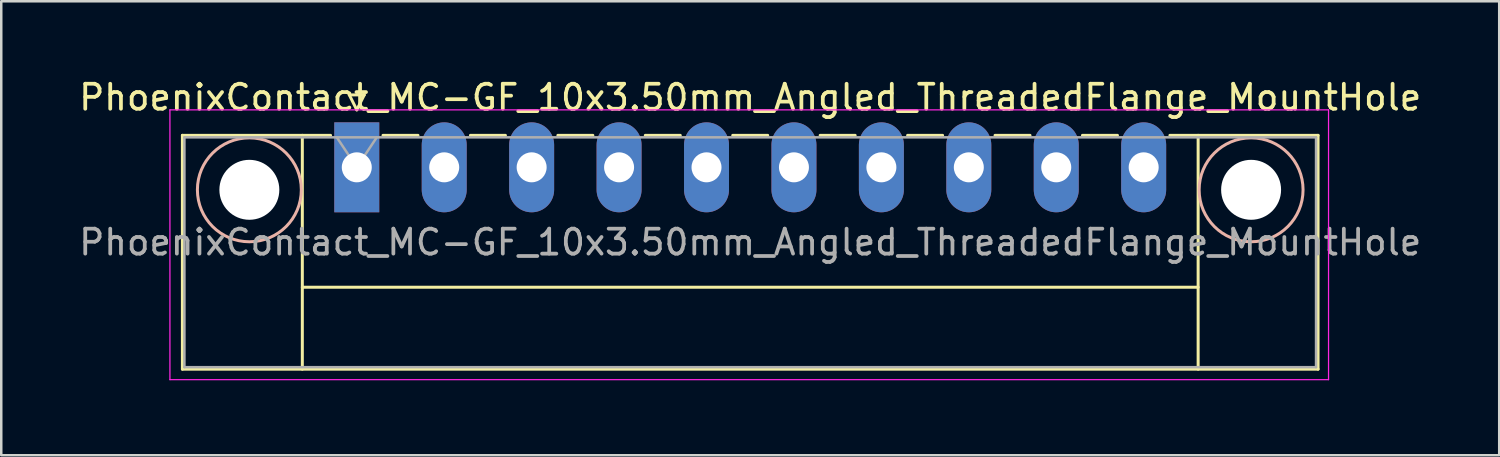
<source format=kicad_pcb>
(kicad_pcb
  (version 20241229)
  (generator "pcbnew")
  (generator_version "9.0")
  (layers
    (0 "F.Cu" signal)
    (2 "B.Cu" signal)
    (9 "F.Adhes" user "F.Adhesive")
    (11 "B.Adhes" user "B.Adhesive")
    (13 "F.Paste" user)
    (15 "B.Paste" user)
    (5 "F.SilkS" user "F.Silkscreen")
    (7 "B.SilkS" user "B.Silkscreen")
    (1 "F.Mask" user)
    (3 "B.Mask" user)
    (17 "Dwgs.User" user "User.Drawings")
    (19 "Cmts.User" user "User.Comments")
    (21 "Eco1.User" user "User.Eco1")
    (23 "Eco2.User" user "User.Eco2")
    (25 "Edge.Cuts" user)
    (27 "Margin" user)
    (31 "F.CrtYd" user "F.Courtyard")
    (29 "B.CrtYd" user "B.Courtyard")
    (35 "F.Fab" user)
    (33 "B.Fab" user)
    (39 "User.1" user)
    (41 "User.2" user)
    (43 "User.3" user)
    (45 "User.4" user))
  (footprint "PhoenixContact_MC-GF_10x3.50mm_Angled_ThreadedFlange_MountHole"
    (layer "F.Cu")
    (at 11.232 3.648)
    (property "Reference" "PhoenixContact_MC-GF_10x3.50mm_Angled_ThreadedFlange_MountHole" (at 15.75 -2.8 0) (layer "F.SilkS") (effects (font (size 1 1) (thickness 0.15))))
    (attr through_hole)
    (fp_line (start -6.98 -1.28) (end -6.98 8.08) (stroke (width 0.12) (type solid)) (layer "F.SilkS"))
    (fp_line (start -6.98 -1.28) (end -1.05 -1.28) (stroke (width 0.12) (type solid)) (layer "F.SilkS"))
    (fp_line (start -6.98 8.08) (end 38.48 8.08) (stroke (width 0.12) (type solid)) (layer "F.SilkS"))
    (fp_line (start -2.18 -1.28) (end -2.18 8.08) (stroke (width 0.12) (type solid)) (layer "F.SilkS"))
    (fp_line (start -2.18 4.8) (end 33.68 4.8) (stroke (width 0.12) (type solid)) (layer "F.SilkS"))
    (fp_line (start -0.3 -2.9) (end 0.3 -2.9) (stroke (width 0.12) (type solid)) (layer "F.SilkS"))
    (fp_line (start 0 -2.3) (end -0.3 -2.9) (stroke (width 0.12) (type solid)) (layer "F.SilkS"))
    (fp_line (start 0.3 -2.9) (end 0 -2.3) (stroke (width 0.12) (type solid)) (layer "F.SilkS"))
    (fp_line (start 1.05 -1.28) (end 2.45 -1.28) (stroke (width 0.12) (type solid)) (layer "F.SilkS"))
    (fp_line (start 4.55 -1.28) (end 5.95 -1.28) (stroke (width 0.12) (type solid)) (layer "F.SilkS"))
    (fp_line (start 8.05 -1.28) (end 9.45 -1.28) (stroke (width 0.12) (type solid)) (layer "F.SilkS"))
    (fp_line (start 11.55 -1.28) (end 12.95 -1.28) (stroke (width 0.12) (type solid)) (layer "F.SilkS"))
    (fp_line (start 15.05 -1.28) (end 16.45 -1.28) (stroke (width 0.12) (type solid)) (layer "F.SilkS"))
    (fp_line (start 18.55 -1.28) (end 19.95 -1.28) (stroke (width 0.12) (type solid)) (layer "F.SilkS"))
    (fp_line (start 22.05 -1.28) (end 23.45 -1.28) (stroke (width 0.12) (type solid)) (layer "F.SilkS"))
    (fp_line (start 25.55 -1.28) (end 26.95 -1.28) (stroke (width 0.12) (type solid)) (layer "F.SilkS"))
    (fp_line (start 29.05 -1.28) (end 30.45 -1.28) (stroke (width 0.12) (type solid)) (layer "F.SilkS"))
    (fp_line (start 33.68 -1.28) (end 33.68 8.08) (stroke (width 0.12) (type solid)) (layer "F.SilkS"))
    (fp_line (start 38.48 -1.28) (end 32.55 -1.28) (stroke (width 0.12) (type solid)) (layer "F.SilkS"))
    (fp_line (start 38.48 8.08) (end 38.48 -1.28) (stroke (width 0.12) (type solid)) (layer "F.SilkS"))
    (fp_circle (center -4.3 0.9) (end -2.22 0.9) (stroke (width 0.12) (type solid)) (fill no) (layer "B.SilkS"))
    (fp_circle (center 35.8 0.9) (end 37.88 0.9) (stroke (width 0.12) (type solid)) (fill no) (layer "B.SilkS"))
    (fp_line (start -7.48 -2.3) (end -7.48 8.5) (stroke (width 0.05) (type solid)) (layer "F.CrtYd"))
    (fp_line (start -7.48 8.5) (end 38.9 8.5) (stroke (width 0.05) (type solid)) (layer "F.CrtYd"))
    (fp_line (start 38.9 -2.3) (end -7.48 -2.3) (stroke (width 0.05) (type solid)) (layer "F.CrtYd"))
    (fp_line (start 38.9 8.5) (end 38.9 -2.3) (stroke (width 0.05) (type solid)) (layer "F.CrtYd"))
    (fp_line (start -6.9 -1.2) (end -6.9 8) (stroke (width 0.1) (type solid)) (layer "F.Fab"))
    (fp_line (start -6.9 8) (end 38.4 8) (stroke (width 0.1) (type solid)) (layer "F.Fab"))
    (fp_line (start 0 0) (end -0.8 -1.2) (stroke (width 0.1) (type solid)) (layer "F.Fab"))
    (fp_line (start 0.8 -1.2) (end 0 0) (stroke (width 0.1) (type solid)) (layer "F.Fab"))
    (fp_line (start 38.4 -1.2) (end -6.9 -1.2) (stroke (width 0.1) (type solid)) (layer "F.Fab"))
    (fp_line (start 38.4 8) (end 38.4 -1.2) (stroke (width 0.1) (type solid)) (layer "F.Fab"))
    (fp_text user "${REFERENCE}" (at 15.75 3 0) (layer "F.Fab") (effects (font (size 1 1) (thickness 0.15))))
    (pad "" np_thru_hole circle (at -4.3 0.9) (size 2.4 2.4) (drill 2.4) (layers "*.Cu" "*.Mask"))
    (pad "" np_thru_hole circle (at 35.8 0.9) (size 2.4 2.4) (drill 2.4) (layers "*.Cu" "*.Mask"))
    (pad "1" thru_hole rect (at 0 0) (size 1.8 3.6) (drill 1.2) (layers "*.Cu" "*.Mask"))
    (pad "2" thru_hole oval (at 3.5 0) (size 1.8 3.6) (drill 1.2) (layers "*.Cu" "*.Mask"))
    (pad "3" thru_hole oval (at 7 0) (size 1.8 3.6) (drill 1.2) (layers "*.Cu" "*.Mask"))
    (pad "4" thru_hole oval (at 10.5 0) (size 1.8 3.6) (drill 1.2) (layers "*.Cu" "*.Mask"))
    (pad "5" thru_hole oval (at 14 0) (size 1.8 3.6) (drill 1.2) (layers "*.Cu" "*.Mask"))
    (pad "6" thru_hole oval (at 17.5 0) (size 1.8 3.6) (drill 1.2) (layers "*.Cu" "*.Mask"))
    (pad "7" thru_hole oval (at 21 0) (size 1.8 3.6) (drill 1.2) (layers "*.Cu" "*.Mask"))
    (pad "8" thru_hole oval (at 24.5 0) (size 1.8 3.6) (drill 1.2) (layers "*.Cu" "*.Mask"))
    (pad "9" thru_hole oval (at 28 0) (size 1.8 3.6) (drill 1.2) (layers "*.Cu" "*.Mask"))
    (pad "10" thru_hole oval (at 31.5 0) (size 1.8 3.6) (drill 1.2) (layers "*.Cu" "*.Mask")))
  (gr_rect
    (start -3 -3)
    (end 56.964 15.173)
    (stroke (width 0.1) (type default))
    (fill no)
    (layer "Edge.Cuts")))
</source>
